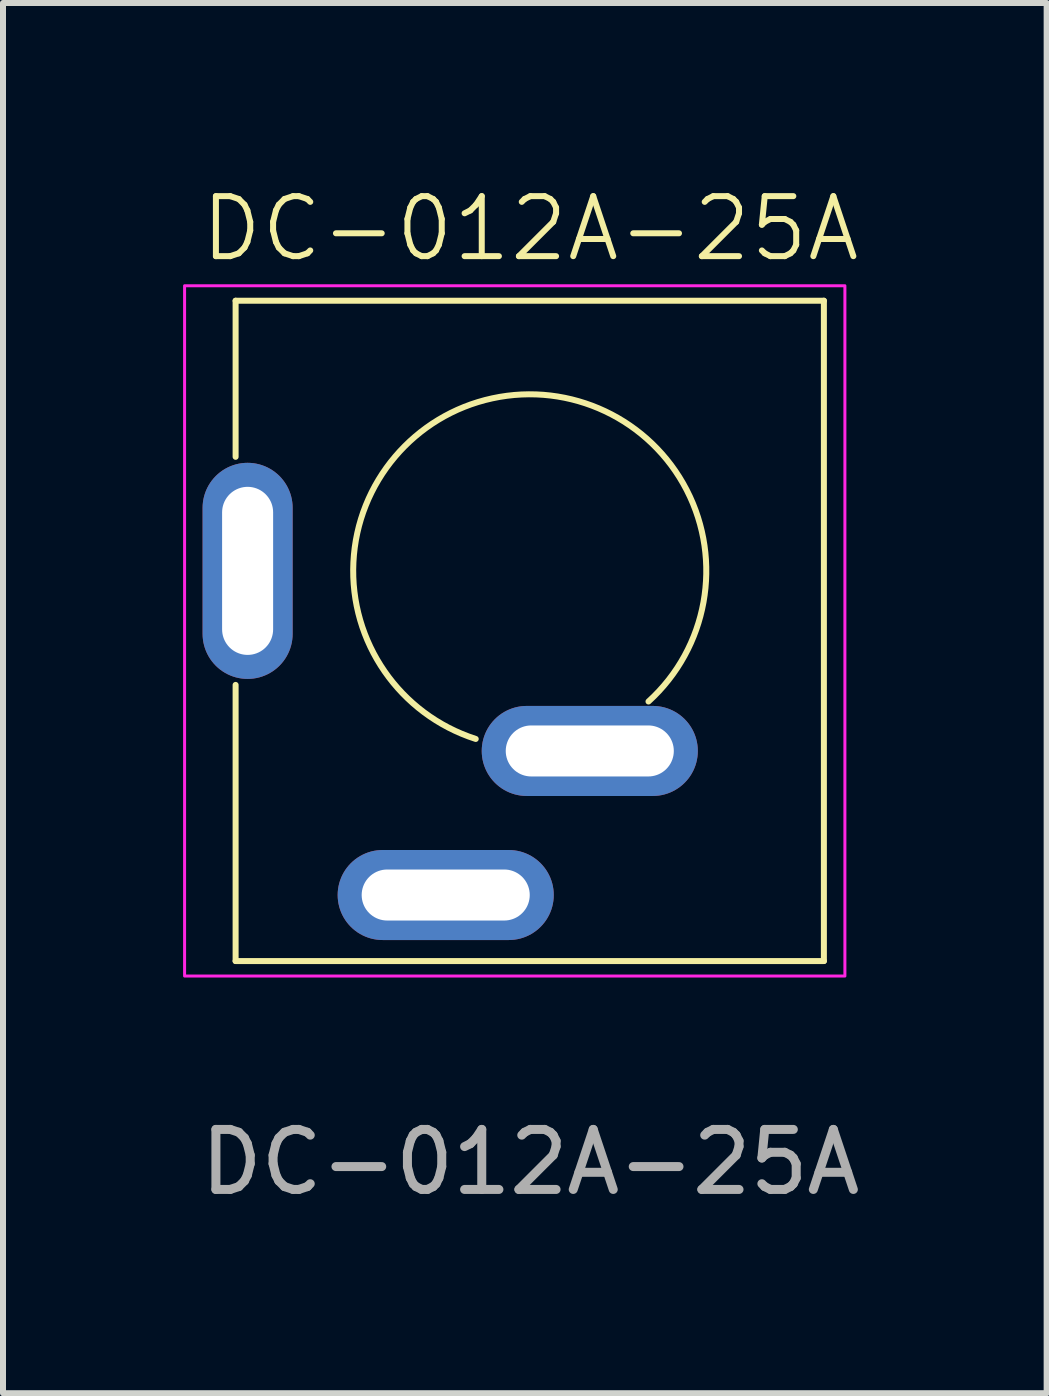
<source format=kicad_pcb>
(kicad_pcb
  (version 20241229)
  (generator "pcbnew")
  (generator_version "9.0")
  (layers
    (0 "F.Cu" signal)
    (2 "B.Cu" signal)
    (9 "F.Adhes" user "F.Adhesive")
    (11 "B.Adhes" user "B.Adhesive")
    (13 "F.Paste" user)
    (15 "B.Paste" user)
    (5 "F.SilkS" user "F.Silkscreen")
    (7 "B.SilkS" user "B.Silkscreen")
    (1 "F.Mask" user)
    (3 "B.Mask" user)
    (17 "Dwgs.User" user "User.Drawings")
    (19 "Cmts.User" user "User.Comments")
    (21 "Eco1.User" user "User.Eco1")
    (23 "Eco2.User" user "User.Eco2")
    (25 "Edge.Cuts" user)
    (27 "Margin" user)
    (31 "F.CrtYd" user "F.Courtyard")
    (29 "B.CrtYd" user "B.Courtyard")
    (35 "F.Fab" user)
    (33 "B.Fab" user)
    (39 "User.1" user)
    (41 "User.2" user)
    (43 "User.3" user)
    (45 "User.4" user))
  (footprint "DC-012A-25A"
    (layer "F.Cu")
    (at 5.775 6.46)
    (property "Reference" "DC-012A-25A" (at 0.01 -5.7 0) (unlocked yes) (layer "F.SilkS") (effects (font (size 1 1) (thickness 0.1))))
    (attr through_hole)
    (fp_line (start -4.9 -4.5) (end 4.9 -4.5) (stroke (width 0.1) (type default)) (layer "F.SilkS"))
    (fp_line (start -4.9 -1.9) (end -4.9 -4.5) (stroke (width 0.1) (type default)) (layer "F.SilkS"))
    (fp_line (start -4.9 6.5) (end -4.9 1.9) (stroke (width 0.1) (type default)) (layer "F.SilkS"))
    (fp_line (start 4.9 -4.5) (end 4.9 6.5) (stroke (width 0.1) (type default)) (layer "F.SilkS"))
    (fp_line (start 4.9 6.5) (end -4.9 6.5) (stroke (width 0.1) (type default)) (layer "F.SilkS"))
    (fp_arc (start -0.9 2.8) (mid -0.6229 -2.874369) (end 1.97839 2.176229) (stroke (width 0.1) (type default)) (layer "F.SilkS"))
    (fp_rect (start -5.75 -4.75) (end 5.25 6.75) (stroke (width 0.05) (type default)) (fill no) (layer "F.CrtYd"))
    (fp_rect (start -4.9 -4.5) (end 4.9 6.5) (stroke (width 0.1) (type default)) (fill no) (layer "User.1"))
    (fp_circle (center 0 0) (end 3 0) (stroke (width 0.1) (type default)) (fill no) (layer "User.1"))
    (fp_text user "${REFERENCE}" (at 0.01 9.85 0) (unlocked yes) (layer "F.Fab") (effects (font (size 1 1) (thickness 0.15))))
    (pad "1" thru_hole oval (at -4.7 0) (size 1.5 3.6) (drill oval 0.85 2.8) (layers "*.Cu" "*.Mask"))
    (pad "2" thru_hole oval (at -1.4 5.4 90) (size 1.5 3.6) (drill oval 0.85 2.8) (layers "*.Cu" "*.Mask"))
    (pad "3" thru_hole oval (at 1 3 90) (size 1.5 3.6) (drill oval 0.85 2.8) (layers "*.Cu" "*.Mask")))
  (gr_rect
    (start -3 -3)
    (end 14.386 20.159)
    (stroke (width 0.1) (type default))
    (fill no)
    (layer "Edge.Cuts")))
</source>
